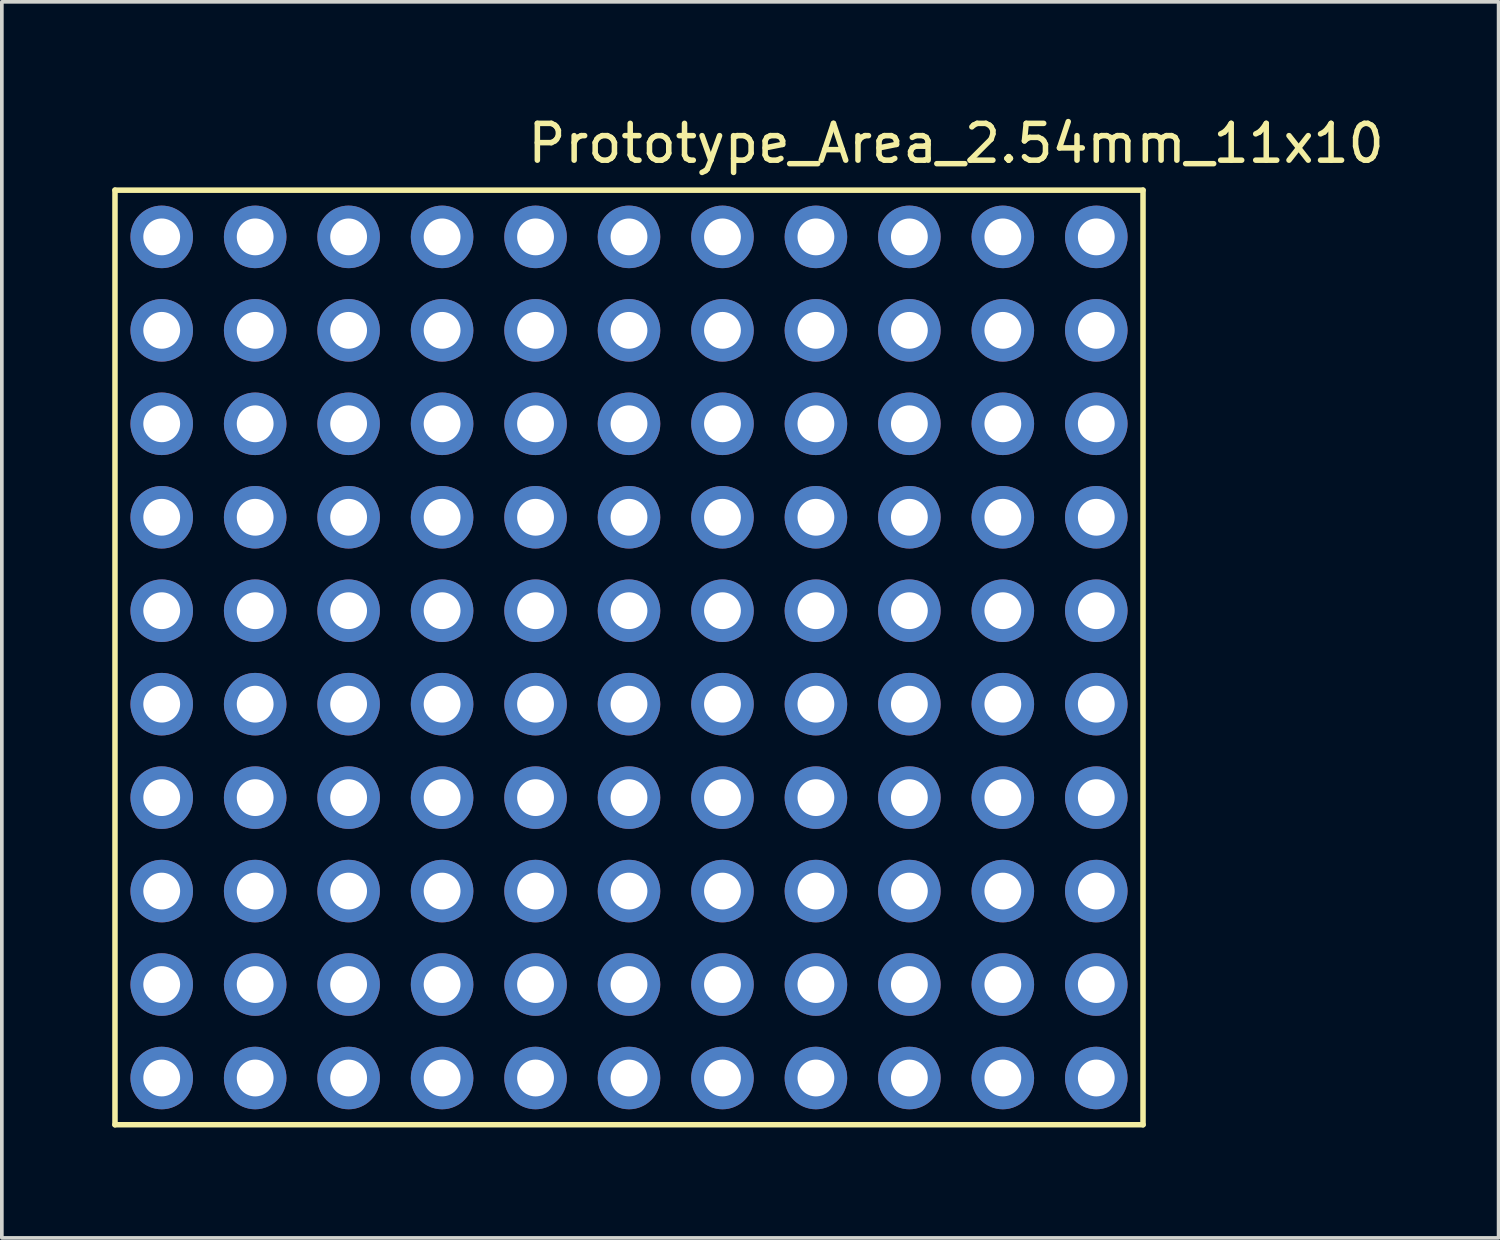
<source format=kicad_pcb>
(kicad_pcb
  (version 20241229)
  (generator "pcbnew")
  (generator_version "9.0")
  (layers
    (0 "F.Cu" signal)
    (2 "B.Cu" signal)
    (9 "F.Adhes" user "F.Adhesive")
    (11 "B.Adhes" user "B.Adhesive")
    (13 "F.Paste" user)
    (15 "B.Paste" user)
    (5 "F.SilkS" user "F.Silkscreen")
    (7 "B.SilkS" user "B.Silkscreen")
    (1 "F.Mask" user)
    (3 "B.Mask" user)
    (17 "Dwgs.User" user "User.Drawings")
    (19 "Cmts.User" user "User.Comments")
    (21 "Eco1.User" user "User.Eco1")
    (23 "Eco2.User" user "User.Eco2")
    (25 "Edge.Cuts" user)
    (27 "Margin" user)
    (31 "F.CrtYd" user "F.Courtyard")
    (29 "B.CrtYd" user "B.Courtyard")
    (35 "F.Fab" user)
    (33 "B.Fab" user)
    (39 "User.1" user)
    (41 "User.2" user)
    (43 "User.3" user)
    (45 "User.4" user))
  (footprint "Prototype_Area_2.54mm_11x10"
    (layer "F.Cu")
    (at 26.745 3.388)
    (property "Reference" "Prototype_Area_2.54mm_11x10" (at -3.81 -2.54 0) (layer "F.SilkS") (effects (font (size 1 1) (thickness 0.15))))
    (attr through_hole)
    (fp_line (start -26.67 -1.27) (end 1.27 -1.27) (stroke (width 0.15) (type solid)) (layer "F.SilkS"))
    (fp_line (start -26.67 24.13) (end -26.67 -1.27) (stroke (width 0.15) (type solid)) (layer "F.SilkS"))
    (fp_line (start 1.27 -1.27) (end 1.27 24.13) (stroke (width 0.15) (type solid)) (layer "F.SilkS"))
    (fp_line (start 1.27 24.13) (end -26.67 24.13) (stroke (width 0.15) (type solid)) (layer "F.SilkS"))
    (pad "1" thru_hole circle (at 0 0) (size 1.7 1.7) (drill 1) (layers "*.Cu" "*.Mask"))
    (pad "2" thru_hole oval (at -2.54 0) (size 1.7 1.7) (drill 1) (layers "*.Cu" "*.Mask"))
    (pad "3" thru_hole oval (at -5.08 0) (size 1.7 1.7) (drill 1) (layers "*.Cu" "*.Mask"))
    (pad "4" thru_hole oval (at -7.62 0) (size 1.7 1.7) (drill 1) (layers "*.Cu" "*.Mask"))
    (pad "5" thru_hole circle (at -10.16 0) (size 1.7 1.7) (drill 1) (layers "*.Cu" "*.Mask"))
    (pad "6" thru_hole oval (at -12.7 0) (size 1.7 1.7) (drill 1) (layers "*.Cu" "*.Mask"))
    (pad "7" thru_hole oval (at -15.24 0) (size 1.7 1.7) (drill 1) (layers "*.Cu" "*.Mask"))
    (pad "8" thru_hole oval (at -17.78 0) (size 1.7 1.7) (drill 1) (layers "*.Cu" "*.Mask"))
    (pad "9" thru_hole oval (at -20.32 0) (size 1.7 1.7) (drill 1) (layers "*.Cu" "*.Mask"))
    (pad "10" thru_hole oval (at -22.86 0) (size 1.7 1.7) (drill 1) (layers "*.Cu" "*.Mask"))
    (pad "11" thru_hole oval (at -25.4 0) (size 1.7 1.7) (drill 1) (layers "*.Cu" "*.Mask"))
    (pad "12" thru_hole oval (at -25.4 2.54) (size 1.7 1.7) (drill 1) (layers "*.Cu" "*.Mask"))
    (pad "13" thru_hole oval (at -22.86 2.54) (size 1.7 1.7) (drill 1) (layers "*.Cu" "*.Mask"))
    (pad "14" thru_hole oval (at -20.32 2.54) (size 1.7 1.7) (drill 1) (layers "*.Cu" "*.Mask"))
    (pad "15" thru_hole oval (at -17.78 2.54) (size 1.7 1.7) (drill 1) (layers "*.Cu" "*.Mask"))
    (pad "16" thru_hole oval (at -15.24 2.54) (size 1.7 1.7) (drill 1) (layers "*.Cu" "*.Mask"))
    (pad "17" thru_hole oval (at -12.7 2.54) (size 1.7 1.7) (drill 1) (layers "*.Cu" "*.Mask"))
    (pad "18" thru_hole oval (at -10.16 2.54) (size 1.7 1.7) (drill 1) (layers "*.Cu" "*.Mask"))
    (pad "19" thru_hole oval (at -7.62 2.54) (size 1.7 1.7) (drill 1) (layers "*.Cu" "*.Mask"))
    (pad "20" thru_hole oval (at -5.08 2.54) (size 1.7 1.7) (drill 1) (layers "*.Cu" "*.Mask"))
    (pad "21" thru_hole oval (at -2.54 2.54) (size 1.7 1.7) (drill 1) (layers "*.Cu" "*.Mask"))
    (pad "22" thru_hole oval (at 0 2.54) (size 1.7 1.7) (drill 1) (layers "*.Cu" "*.Mask"))
    (pad "23" thru_hole oval (at 0 5.08) (size 1.7 1.7) (drill 1) (layers "*.Cu" "*.Mask"))
    (pad "24" thru_hole oval (at -2.54 5.08) (size 1.7 1.7) (drill 1) (layers "*.Cu" "*.Mask"))
    (pad "25" thru_hole oval (at -5.08 5.08) (size 1.7 1.7) (drill 1) (layers "*.Cu" "*.Mask"))
    (pad "26" thru_hole oval (at -7.62 5.08) (size 1.7 1.7) (drill 1) (layers "*.Cu" "*.Mask"))
    (pad "27" thru_hole oval (at -10.16 5.08) (size 1.7 1.7) (drill 1) (layers "*.Cu" "*.Mask"))
    (pad "28" thru_hole oval (at -12.7 5.08) (size 1.7 1.7) (drill 1) (layers "*.Cu" "*.Mask"))
    (pad "29" thru_hole oval (at -15.24 5.08) (size 1.7 1.7) (drill 1) (layers "*.Cu" "*.Mask"))
    (pad "30" thru_hole oval (at -17.78 5.08) (size 1.7 1.7) (drill 1) (layers "*.Cu" "*.Mask"))
    (pad "31" thru_hole oval (at -20.32 5.08) (size 1.7 1.7) (drill 1) (layers "*.Cu" "*.Mask"))
    (pad "32" thru_hole oval (at -22.86 5.08) (size 1.7 1.7) (drill 1) (layers "*.Cu" "*.Mask"))
    (pad "33" thru_hole oval (at -25.4 5.08) (size 1.7 1.7) (drill 1) (layers "*.Cu" "*.Mask"))
    (pad "34" thru_hole oval (at -25.4 7.62) (size 1.7 1.7) (drill 1) (layers "*.Cu" "*.Mask"))
    (pad "35" thru_hole oval (at -22.86 7.62) (size 1.7 1.7) (drill 1) (layers "*.Cu" "*.Mask"))
    (pad "36" thru_hole oval (at -20.32 7.62) (size 1.7 1.7) (drill 1) (layers "*.Cu" "*.Mask"))
    (pad "37" thru_hole oval (at -17.78 7.62) (size 1.7 1.7) (drill 1) (layers "*.Cu" "*.Mask"))
    (pad "38" thru_hole oval (at -15.24 7.62) (size 1.7 1.7) (drill 1) (layers "*.Cu" "*.Mask"))
    (pad "39" thru_hole oval (at -12.7 7.62) (size 1.7 1.7) (drill 1) (layers "*.Cu" "*.Mask"))
    (pad "40" thru_hole oval (at -10.16 7.62) (size 1.7 1.7) (drill 1) (layers "*.Cu" "*.Mask"))
    (pad "41" thru_hole oval (at -7.62 7.62) (size 1.7 1.7) (drill 1) (layers "*.Cu" "*.Mask"))
    (pad "42" thru_hole oval (at -5.08 7.62) (size 1.7 1.7) (drill 1) (layers "*.Cu" "*.Mask"))
    (pad "43" thru_hole oval (at -2.54 7.62) (size 1.7 1.7) (drill 1) (layers "*.Cu" "*.Mask"))
    (pad "44" thru_hole oval (at 0 7.62) (size 1.7 1.7) (drill 1) (layers "*.Cu" "*.Mask"))
    (pad "45" thru_hole oval (at 0 10.16) (size 1.7 1.7) (drill 1) (layers "*.Cu" "*.Mask"))
    (pad "46" thru_hole oval (at -2.54 10.16) (size 1.7 1.7) (drill 1) (layers "*.Cu" "*.Mask"))
    (pad "47" thru_hole oval (at -5.08 10.16) (size 1.7 1.7) (drill 1) (layers "*.Cu" "*.Mask"))
    (pad "48" thru_hole oval (at -7.62 10.16) (size 1.7 1.7) (drill 1) (layers "*.Cu" "*.Mask"))
    (pad "49" thru_hole oval (at -10.16 10.16) (size 1.7 1.7) (drill 1) (layers "*.Cu" "*.Mask"))
    (pad "50" thru_hole oval (at -12.7 10.16) (size 1.7 1.7) (drill 1) (layers "*.Cu" "*.Mask"))
    (pad "51" thru_hole oval (at -15.24 10.16) (size 1.7 1.7) (drill 1) (layers "*.Cu" "*.Mask"))
    (pad "52" thru_hole oval (at -17.78 10.16) (size 1.7 1.7) (drill 1) (layers "*.Cu" "*.Mask"))
    (pad "53" thru_hole oval (at -20.32 10.16) (size 1.7 1.7) (drill 1) (layers "*.Cu" "*.Mask"))
    (pad "54" thru_hole oval (at -22.86 10.16) (size 1.7 1.7) (drill 1) (layers "*.Cu" "*.Mask"))
    (pad "55" thru_hole oval (at -25.4 10.16) (size 1.7 1.7) (drill 1) (layers "*.Cu" "*.Mask"))
    (pad "56" thru_hole oval (at -25.4 12.7) (size 1.7 1.7) (drill 1) (layers "*.Cu" "*.Mask"))
    (pad "57" thru_hole oval (at -22.86 12.7) (size 1.7 1.7) (drill 1) (layers "*.Cu" "*.Mask"))
    (pad "58" thru_hole oval (at -20.32 12.7) (size 1.7 1.7) (drill 1) (layers "*.Cu" "*.Mask"))
    (pad "59" thru_hole oval (at -17.78 12.7) (size 1.7 1.7) (drill 1) (layers "*.Cu" "*.Mask"))
    (pad "60" thru_hole oval (at -15.24 12.7) (size 1.7 1.7) (drill 1) (layers "*.Cu" "*.Mask"))
    (pad "61" thru_hole oval (at -12.7 12.7) (size 1.7 1.7) (drill 1) (layers "*.Cu" "*.Mask"))
    (pad "62" thru_hole oval (at -10.16 12.7) (size 1.7 1.7) (drill 1) (layers "*.Cu" "*.Mask"))
    (pad "63" thru_hole oval (at -7.62 12.7) (size 1.7 1.7) (drill 1) (layers "*.Cu" "*.Mask"))
    (pad "64" thru_hole oval (at -5.08 12.7) (size 1.7 1.7) (drill 1) (layers "*.Cu" "*.Mask"))
    (pad "65" thru_hole oval (at -2.54 12.7) (size 1.7 1.7) (drill 1) (layers "*.Cu" "*.Mask"))
    (pad "66" thru_hole oval (at 0 12.7) (size 1.7 1.7) (drill 1) (layers "*.Cu" "*.Mask"))
    (pad "67" thru_hole oval (at 0 15.24) (size 1.7 1.7) (drill 1) (layers "*.Cu" "*.Mask"))
    (pad "68" thru_hole oval (at -2.54 15.24) (size 1.7 1.7) (drill 1) (layers "*.Cu" "*.Mask"))
    (pad "69" thru_hole oval (at -5.08 15.24) (size 1.7 1.7) (drill 1) (layers "*.Cu" "*.Mask"))
    (pad "70" thru_hole oval (at -7.62 15.24) (size 1.7 1.7) (drill 1) (layers "*.Cu" "*.Mask"))
    (pad "71" thru_hole oval (at -10.16 15.24) (size 1.7 1.7) (drill 1) (layers "*.Cu" "*.Mask"))
    (pad "72" thru_hole oval (at -12.7 15.24) (size 1.7 1.7) (drill 1) (layers "*.Cu" "*.Mask"))
    (pad "73" thru_hole oval (at -15.24 15.24) (size 1.7 1.7) (drill 1) (layers "*.Cu" "*.Mask"))
    (pad "74" thru_hole oval (at -17.78 15.24) (size 1.7 1.7) (drill 1) (layers "*.Cu" "*.Mask"))
    (pad "75" thru_hole oval (at -20.32 15.24) (size 1.7 1.7) (drill 1) (layers "*.Cu" "*.Mask"))
    (pad "76" thru_hole oval (at -22.86 15.24) (size 1.7 1.7) (drill 1) (layers "*.Cu" "*.Mask"))
    (pad "77" thru_hole oval (at -25.4 15.24) (size 1.7 1.7) (drill 1) (layers "*.Cu" "*.Mask"))
    (pad "78" thru_hole oval (at -25.4 17.78) (size 1.7 1.7) (drill 1) (layers "*.Cu" "*.Mask"))
    (pad "79" thru_hole oval (at -22.86 17.78) (size 1.7 1.7) (drill 1) (layers "*.Cu" "*.Mask"))
    (pad "80" thru_hole oval (at -20.32 17.78) (size 1.7 1.7) (drill 1) (layers "*.Cu" "*.Mask"))
    (pad "81" thru_hole oval (at -17.78 17.78) (size 1.7 1.7) (drill 1) (layers "*.Cu" "*.Mask"))
    (pad "82" thru_hole oval (at -15.24 17.78) (size 1.7 1.7) (drill 1) (layers "*.Cu" "*.Mask"))
    (pad "83" thru_hole oval (at -12.7 17.78) (size 1.7 1.7) (drill 1) (layers "*.Cu" "*.Mask"))
    (pad "84" thru_hole oval (at -10.16 17.78) (size 1.7 1.7) (drill 1) (layers "*.Cu" "*.Mask"))
    (pad "85" thru_hole oval (at -7.62 17.78) (size 1.7 1.7) (drill 1) (layers "*.Cu" "*.Mask"))
    (pad "86" thru_hole oval (at -5.08 17.78) (size 1.7 1.7) (drill 1) (layers "*.Cu" "*.Mask"))
    (pad "87" thru_hole oval (at -2.54 17.78) (size 1.7 1.7) (drill 1) (layers "*.Cu" "*.Mask"))
    (pad "88" thru_hole oval (at 0 17.78) (size 1.7 1.7) (drill 1) (layers "*.Cu" "*.Mask"))
    (pad "89" thru_hole oval (at 0 20.32) (size 1.7 1.7) (drill 1) (layers "*.Cu" "*.Mask"))
    (pad "90" thru_hole oval (at -2.54 20.32) (size 1.7 1.7) (drill 1) (layers "*.Cu" "*.Mask"))
    (pad "91" thru_hole oval (at -5.08 20.32) (size 1.7 1.7) (drill 1) (layers "*.Cu" "*.Mask"))
    (pad "92" thru_hole oval (at -7.62 20.32) (size 1.7 1.7) (drill 1) (layers "*.Cu" "*.Mask"))
    (pad "93" thru_hole oval (at -10.16 20.32) (size 1.7 1.7) (drill 1) (layers "*.Cu" "*.Mask"))
    (pad "94" thru_hole oval (at -12.7 20.32) (size 1.7 1.7) (drill 1) (layers "*.Cu" "*.Mask"))
    (pad "95" thru_hole oval (at -15.24 20.32) (size 1.7 1.7) (drill 1) (layers "*.Cu" "*.Mask"))
    (pad "96" thru_hole oval (at -17.78 20.32) (size 1.7 1.7) (drill 1) (layers "*.Cu" "*.Mask"))
    (pad "97" thru_hole oval (at -20.32 20.32) (size 1.7 1.7) (drill 1) (layers "*.Cu" "*.Mask"))
    (pad "98" thru_hole oval (at -22.86 20.32) (size 1.7 1.7) (drill 1) (layers "*.Cu" "*.Mask"))
    (pad "99" thru_hole oval (at -25.4 20.32) (size 1.7 1.7) (drill 1) (layers "*.Cu" "*.Mask"))
    (pad "100" thru_hole oval (at -25.4 22.86) (size 1.7 1.7) (drill 1) (layers "*.Cu" "*.Mask"))
    (pad "101" thru_hole oval (at -22.86 22.86) (size 1.7 1.7) (drill 1) (layers "*.Cu" "*.Mask"))
    (pad "102" thru_hole oval (at -20.32 22.86) (size 1.7 1.7) (drill 1) (layers "*.Cu" "*.Mask"))
    (pad "103" thru_hole oval (at -17.78 22.86) (size 1.7 1.7) (drill 1) (layers "*.Cu" "*.Mask"))
    (pad "104" thru_hole oval (at -15.24 22.86) (size 1.7 1.7) (drill 1) (layers "*.Cu" "*.Mask"))
    (pad "105" thru_hole oval (at -12.7 22.86) (size 1.7 1.7) (drill 1) (layers "*.Cu" "*.Mask"))
    (pad "106" thru_hole oval (at -10.16 22.86) (size 1.7 1.7) (drill 1) (layers "*.Cu" "*.Mask"))
    (pad "107" thru_hole oval (at -7.62 22.86) (size 1.7 1.7) (drill 1) (layers "*.Cu" "*.Mask"))
    (pad "108" thru_hole oval (at -5.08 22.86) (size 1.7 1.7) (drill 1) (layers "*.Cu" "*.Mask"))
    (pad "109" thru_hole oval (at -2.54 22.86) (size 1.7 1.7) (drill 1) (layers "*.Cu" "*.Mask"))
    (pad "110" thru_hole oval (at 0 22.86) (size 1.7 1.7) (drill 1) (layers "*.Cu" "*.Mask")))
  (gr_rect
    (start -3 -3)
    (end 37.679 30.593)
    (stroke (width 0.1) (type default))
    (fill no)
    (layer "Edge.Cuts")))
</source>
